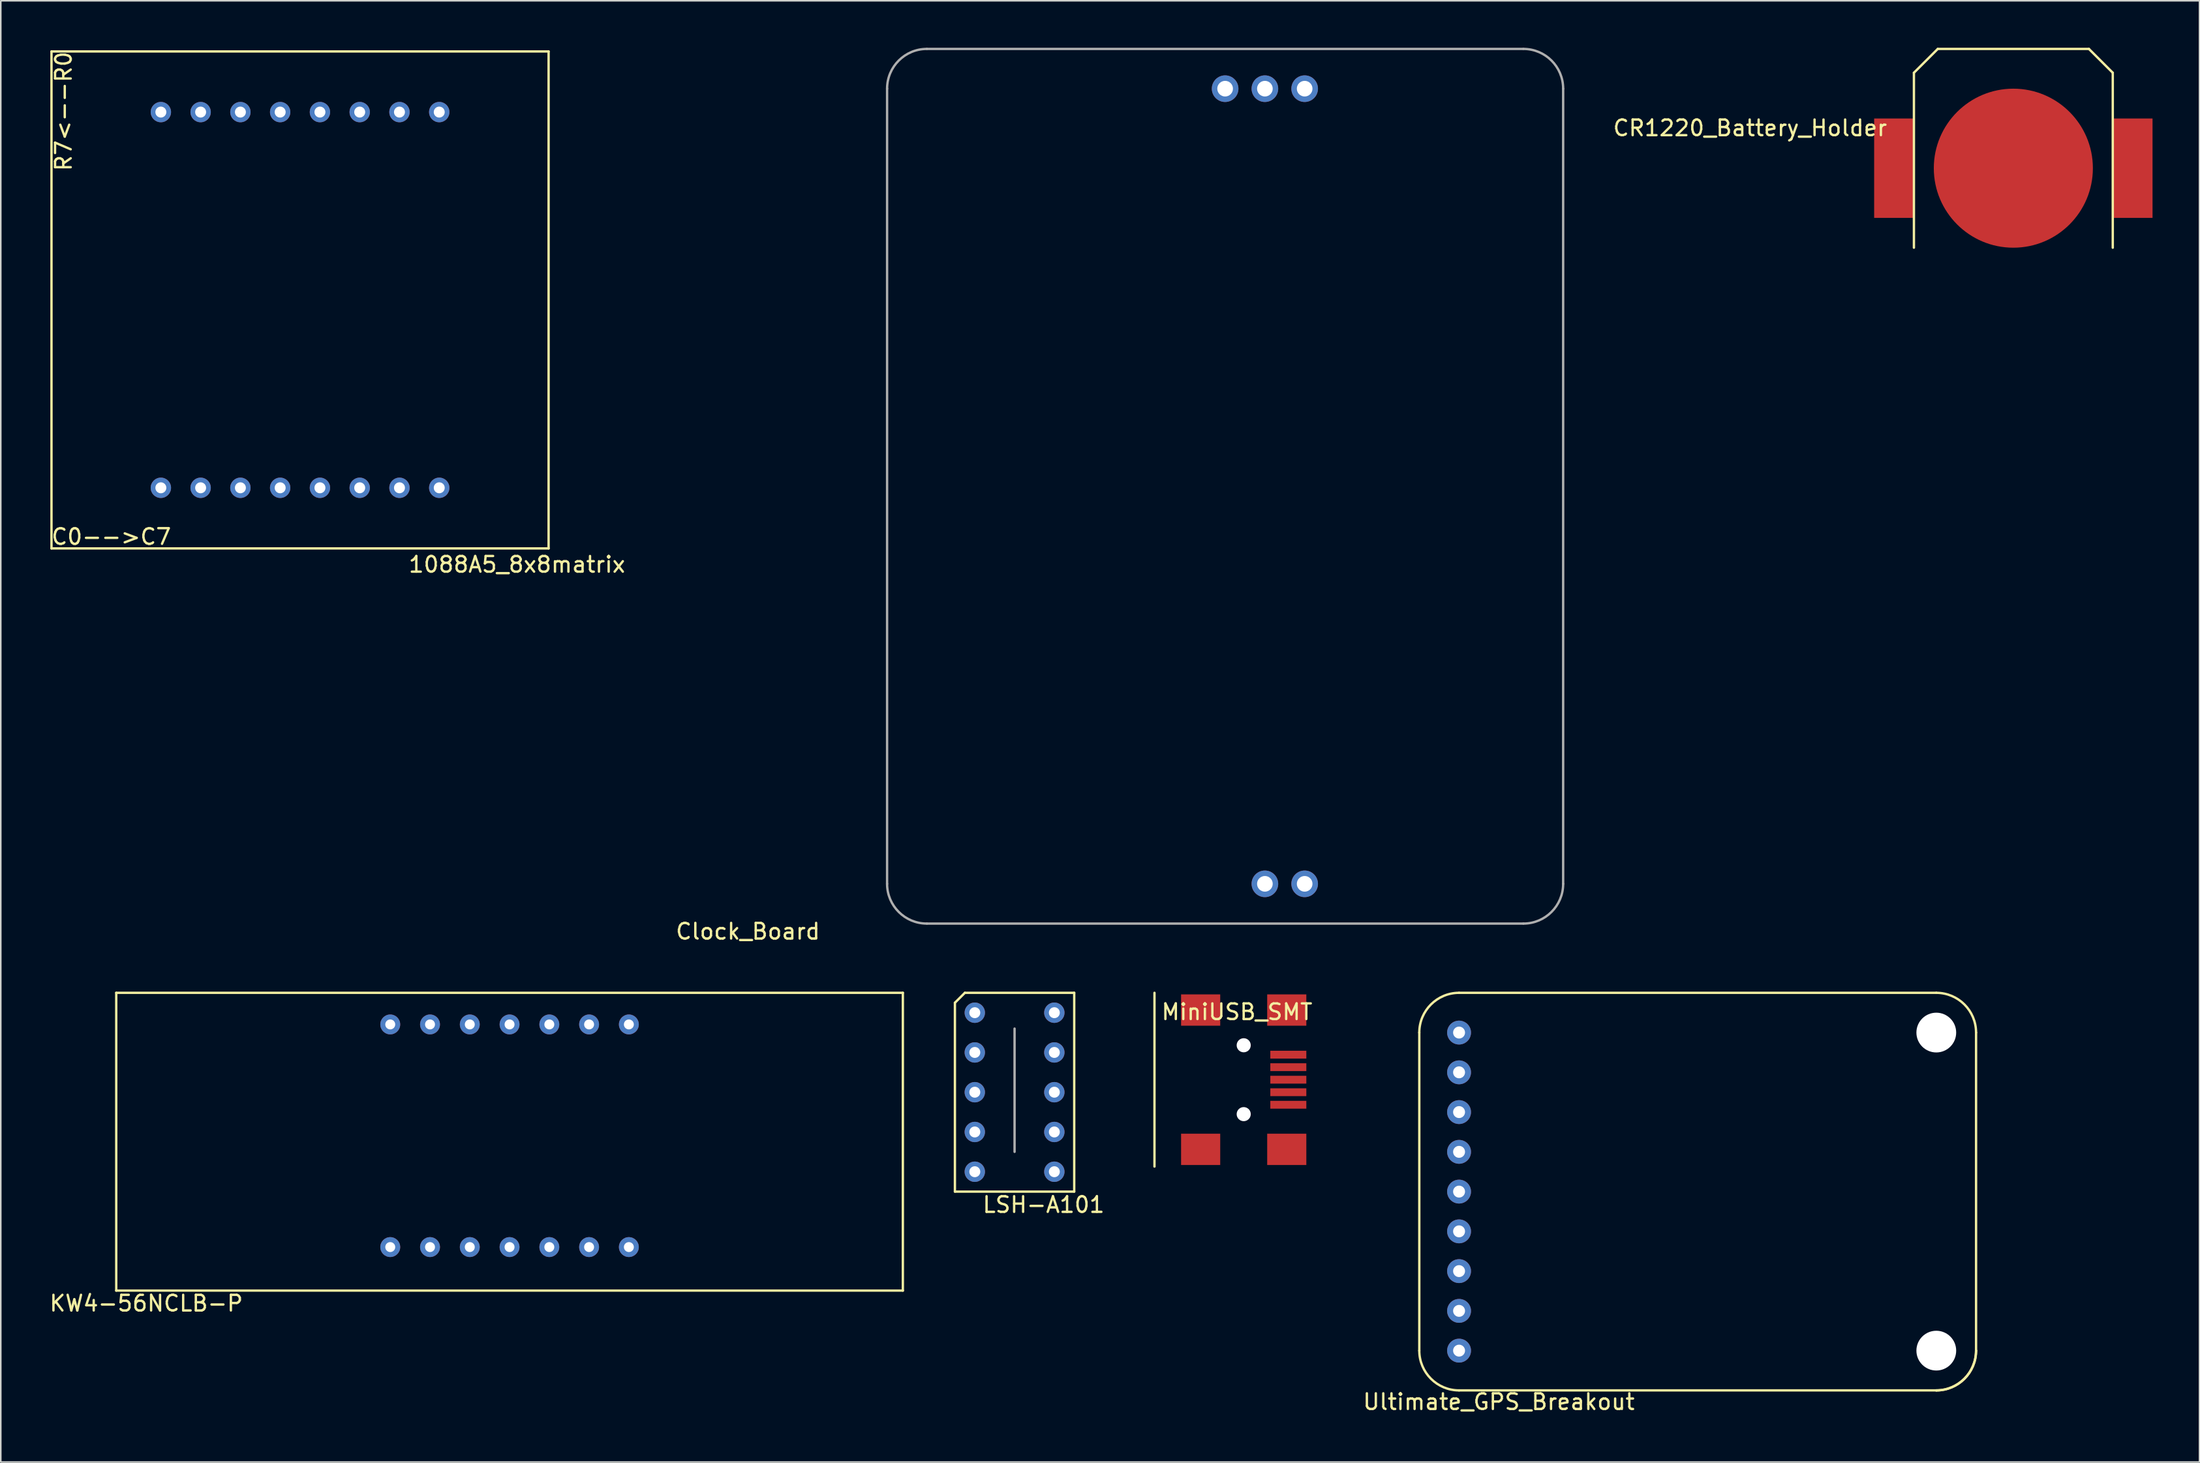
<source format=kicad_pcb>
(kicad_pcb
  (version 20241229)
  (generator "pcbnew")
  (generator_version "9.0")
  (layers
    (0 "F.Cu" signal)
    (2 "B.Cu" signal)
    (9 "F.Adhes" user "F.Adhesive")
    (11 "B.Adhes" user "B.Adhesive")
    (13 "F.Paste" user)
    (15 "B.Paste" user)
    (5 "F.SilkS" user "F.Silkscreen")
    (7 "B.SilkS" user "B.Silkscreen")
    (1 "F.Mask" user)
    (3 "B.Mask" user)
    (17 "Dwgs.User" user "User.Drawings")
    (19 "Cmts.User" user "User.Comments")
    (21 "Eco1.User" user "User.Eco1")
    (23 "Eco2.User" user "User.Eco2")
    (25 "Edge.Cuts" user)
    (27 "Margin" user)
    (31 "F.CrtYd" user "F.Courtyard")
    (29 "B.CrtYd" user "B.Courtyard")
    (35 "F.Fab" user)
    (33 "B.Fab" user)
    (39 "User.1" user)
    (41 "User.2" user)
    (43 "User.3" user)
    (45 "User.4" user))
  (footprint "MiniUSB_SMT"
    (layer "F.Cu")
    (at 76.386 65.928)
    (property "Reference" "MiniUSB_SMT" (at -0.432 -4.33 0) (layer "F.SilkS") (effects (font (size 1 1) (thickness 0.15))))
    (attr through_hole)
    (fp_line (start -5.7 5.55) (end -5.7 -5.55) (stroke (width 0.15) (type solid)) (layer "F.SilkS"))
    (pad "" smd rect (at -2.751 -4.449) (size 2.5 2) (layers "F.Cu" "F.Mask" "F.Paste"))
    (pad "" smd rect (at -2.751 4.451) (size 2.5 2) (layers "F.Cu" "F.Mask" "F.Paste"))
    (pad "" np_thru_hole circle (at -0.001 -2.199) (size 0.9 0.9) (drill 0.9) (layers "*.Cu" "*.Mask"))
    (pad "" np_thru_hole circle (at -0.001 2.201) (size 0.9 0.9) (drill 0.9) (layers "*.Cu" "*.Mask"))
    (pad "" smd rect (at 2.749 -4.449) (size 2.5 2) (layers "F.Cu" "F.Mask" "F.Paste"))
    (pad "" smd rect (at 2.749 4.451) (size 2.5 2) (layers "F.Cu" "F.Mask" "F.Paste"))
    (pad "1" smd rect (at 2.849 -1.599) (size 2.3 0.5) (layers "F.Cu" "F.Mask" "F.Paste"))
    (pad "2" smd rect (at 2.849 -0.799) (size 2.3 0.5) (layers "F.Cu" "F.Mask" "F.Paste"))
    (pad "3" smd rect (at 2.849 0.001) (size 2.3 0.5) (layers "F.Cu" "F.Mask" "F.Paste"))
    (pad "4" smd rect (at 2.849 0.801) (size 2.3 0.5) (layers "F.Cu" "F.Mask" "F.Paste"))
    (pad "5" smd rect (at 2.849 1.601) (size 2.3 0.5) (layers "F.Cu" "F.Mask" "F.Paste")))
  (footprint "1088A5_8x8matrix"
    (layer "F.Cu")
    (at 0.25 0.25)
    (property "Reference" "1088A5_8x8matrix" (at 29.718 32.766 180) (layer "F.SilkS") (effects (font (size 1 1) (thickness 0.15))))
    (attr through_hole)
    (fp_line (start -0.011 31.737) (end -0.011 -0.013) (stroke (width 0.15) (type solid)) (layer "F.SilkS"))
    (fp_line (start 31.739 -0.013) (end -0.011 -0.013) (stroke (width 0.15) (type solid)) (layer "F.SilkS"))
    (fp_line (start 31.739 31.737) (end -0.011 31.737) (stroke (width 0.15) (type solid)) (layer "F.SilkS"))
    (fp_line (start 31.739 31.737) (end 31.739 -0.013) (stroke (width 0.15) (type solid)) (layer "F.SilkS"))
    (fp_text user "C0-->C7" (at 3.81 30.988 180) (layer "F.SilkS") (effects (font (size 1 1) (thickness 0.15))))
    (fp_text user "R7<--R0" (at 0.762 3.81 90) (layer "F.SilkS") (effects (font (size 1 1) (thickness 0.15))))
    (pad "1" thru_hole circle (at 24.754 27.864 180) (size 1.3 1.3) (drill 0.7) (layers "*.Cu" "*.Mask"))
    (pad "2" thru_hole circle (at 22.214 27.864 180) (size 1.3 1.3) (drill 0.7) (layers "*.Cu" "*.Mask"))
    (pad "3" thru_hole circle (at 19.674 27.864 180) (size 1.3 1.3) (drill 0.7) (layers "*.Cu" "*.Mask"))
    (pad "4" thru_hole circle (at 17.134 27.864 180) (size 1.3 1.3) (drill 0.7) (layers "*.Cu" "*.Mask"))
    (pad "5" thru_hole circle (at 14.594 27.864 180) (size 1.3 1.3) (drill 0.7) (layers "*.Cu" "*.Mask"))
    (pad "6" thru_hole circle (at 12.054 27.864 180) (size 1.3 1.3) (drill 0.7) (layers "*.Cu" "*.Mask"))
    (pad "7" thru_hole circle (at 9.514 27.864 180) (size 1.3 1.3) (drill 0.7) (layers "*.Cu" "*.Mask"))
    (pad "8" thru_hole circle (at 6.974 27.864 180) (size 1.3 1.3) (drill 0.7) (layers "*.Cu" "*.Mask"))
    (pad "9" thru_hole circle (at 24.754 3.861 180) (size 1.3 1.3) (drill 0.7) (layers "*.Cu" "*.Mask"))
    (pad "10" thru_hole circle (at 22.214 3.861 180) (size 1.3 1.3) (drill 0.7) (layers "*.Cu" "*.Mask"))
    (pad "11" thru_hole circle (at 19.674 3.861 180) (size 1.3 1.3) (drill 0.7) (layers "*.Cu" "*.Mask"))
    (pad "12" thru_hole circle (at 17.134 3.861 180) (size 1.3 1.3) (drill 0.7) (layers "*.Cu" "*.Mask"))
    (pad "13" thru_hole circle (at 14.594 3.861 180) (size 1.3 1.3) (drill 0.7) (layers "*.Cu" "*.Mask"))
    (pad "14" thru_hole circle (at 12.054 3.861 180) (size 1.3 1.3) (drill 0.7) (layers "*.Cu" "*.Mask"))
    (pad "15" thru_hole circle (at 9.514 3.861 180) (size 1.3 1.3) (drill 0.7) (layers "*.Cu" "*.Mask"))
    (pad "16" thru_hole circle (at 6.974 3.861 180) (size 1.3 1.3) (drill 0.7) (layers "*.Cu" "*.Mask")))
  (footprint "Clock_Board"
    (layer "F.Cu")
    (at 53.608 55.955)
    (property "Reference" "Clock_Board" (at -8.89 0.5 0) (layer "F.SilkS") (effects (font (size 1 1) (thickness 0.15))))
    (attr through_hole)
    (fp_line (start 0 -53.34) (end 0 -2.54) (stroke (width 0.15) (type solid)) (layer "F.Fab"))
    (fp_line (start 2.54 0) (end 40.64 0) (stroke (width 0.15) (type solid)) (layer "F.Fab"))
    (fp_line (start 40.64 -55.88) (end 2.54 -55.88) (stroke (width 0.15) (type solid)) (layer "F.Fab"))
    (fp_line (start 43.18 -2.54) (end 43.18 -53.34) (stroke (width 0.15) (type solid)) (layer "F.Fab"))
    (fp_arc (start 0 -53.34) (mid 0.743949 -55.136051) (end 2.54 -55.88) (stroke (width 0.15) (type solid)) (layer "F.Fab"))
    (fp_arc (start 2.54 0) (mid 0.743949 -0.743949) (end 0 -2.54) (stroke (width 0.15) (type solid)) (layer "F.Fab"))
    (fp_arc (start 40.64 -55.88) (mid 42.436051 -55.136051) (end 43.18 -53.34) (stroke (width 0.15) (type solid)) (layer "F.Fab"))
    (fp_arc (start 43.18 -2.54) (mid 42.436051 -0.743949) (end 40.64 0) (stroke (width 0.15) (type solid)) (layer "F.Fab"))
    (pad "CLK" thru_hole circle (at 26.67 -53.34) (size 1.7 1.7) (drill 1) (layers "*.Cu" "*.Mask"))
    (pad "CS" thru_hole circle (at 24.13 -53.34) (size 1.7 1.7) (drill 1) (layers "*.Cu" "*.Mask"))
    (pad "DIN" thru_hole circle (at 21.59 -53.34) (size 1.7 1.7) (drill 1) (layers "*.Cu" "*.Mask"))
    (pad "GND" thru_hole circle (at 24.13 -2.54) (size 1.7 1.7) (drill 1) (layers "*.Cu" "*.Mask"))
    (pad "VCC" thru_hole circle (at 26.67 -2.54) (size 1.7 1.7) (drill 1) (layers "*.Cu" "*.Mask")))
  (footprint "KW4-56NCLB-P"
    (layer "F.Cu")
    (at 4.374 79.403)
    (property "Reference" "KW4-56NCLB-P" (at 1.918 0.813 0) (layer "F.SilkS") (effects (font (size 1 1) (thickness 0.15))))
    (attr through_hole)
    (fp_line (start 0 -19.025) (end 0 0) (stroke (width 0.15) (type solid)) (layer "F.SilkS"))
    (fp_line (start 0 0) (end 50.241 0) (stroke (width 0.15) (type solid)) (layer "F.SilkS"))
    (fp_line (start 50.241 -19.025) (end 0 -19.025) (stroke (width 0.15) (type solid)) (layer "F.SilkS"))
    (fp_line (start 50.241 0) (end 50.241 -19.025) (stroke (width 0.15) (type solid)) (layer "F.SilkS"))
    (pad "1" thru_hole circle (at 17.501 -2.781) (size 1.27 1.27) (drill 0.635) (layers "*.Cu" "*.Mask"))
    (pad "2" thru_hole circle (at 20.041 -2.781) (size 1.27 1.27) (drill 0.635) (layers "*.Cu" "*.Mask"))
    (pad "3" thru_hole circle (at 22.581 -2.781) (size 1.27 1.27) (drill 0.635) (layers "*.Cu" "*.Mask"))
    (pad "4" thru_hole circle (at 25.121 -2.781) (size 1.27 1.27) (drill 0.635) (layers "*.Cu" "*.Mask"))
    (pad "5" thru_hole circle (at 27.661 -2.781) (size 1.27 1.27) (drill 0.635) (layers "*.Cu" "*.Mask"))
    (pad "6" thru_hole circle (at 30.201 -2.781) (size 1.27 1.27) (drill 0.635) (layers "*.Cu" "*.Mask"))
    (pad "7" thru_hole circle (at 32.741 -2.781) (size 1.27 1.27) (drill 0.635) (layers "*.Cu" "*.Mask"))
    (pad "8" thru_hole circle (at 32.741 -17.005) (size 1.27 1.27) (drill 0.635) (layers "*.Cu" "*.Mask"))
    (pad "9" thru_hole circle (at 30.201 -17.005) (size 1.27 1.27) (drill 0.635) (layers "*.Cu" "*.Mask"))
    (pad "10" thru_hole circle (at 27.661 -17.005) (size 1.27 1.27) (drill 0.635) (layers "*.Cu" "*.Mask"))
    (pad "11" thru_hole circle (at 25.121 -17.005) (size 1.27 1.27) (drill 0.635) (layers "*.Cu" "*.Mask"))
    (pad "12" thru_hole circle (at 22.581 -17.005) (size 1.27 1.27) (drill 0.635) (layers "*.Cu" "*.Mask"))
    (pad "13" thru_hole circle (at 20.041 -17.005) (size 1.27 1.27) (drill 0.635) (layers "*.Cu" "*.Mask"))
    (pad "14" thru_hole circle (at 17.501 -17.005) (size 1.27 1.27) (drill 0.635) (layers "*.Cu" "*.Mask")))
  (footprint "LSH-A101"
    (layer "F.Cu")
    (at 57.94 73.078)
    (property "Reference" "LSH-A101" (at 5.664 0.838 0) (layer "F.SilkS") (effects (font (size 1 1) (thickness 0.15))))
    (attr through_hole)
    (fp_line (start 0 -12.065) (end 0 0) (stroke (width 0.15) (type solid)) (layer "F.SilkS"))
    (fp_line (start 0 -12.065) (end 0.635 -12.7) (stroke (width 0.15) (type solid)) (layer "F.SilkS"))
    (fp_line (start 0 0) (end 7.62 0) (stroke (width 0.15) (type solid)) (layer "F.SilkS"))
    (fp_line (start 0.635 -12.7) (end 7.62 -12.7) (stroke (width 0.15) (type solid)) (layer "F.SilkS"))
    (fp_line (start 7.62 0) (end 7.62 -12.7) (stroke (width 0.15) (type solid)) (layer "F.SilkS"))
    (fp_line (start 3.81 -2.54) (end 3.81 -10.414) (stroke (width 0.15) (type solid)) (layer "F.Fab"))
    (pad "1" thru_hole circle (at 1.27 -11.43) (size 1.3 1.3) (drill 0.7) (layers "*.Cu" "*.Mask"))
    (pad "2" thru_hole circle (at 1.27 -8.89) (size 1.3 1.3) (drill 0.7) (layers "*.Cu" "*.Mask"))
    (pad "3" thru_hole circle (at 1.27 -6.35) (size 1.3 1.3) (drill 0.7) (layers "*.Cu" "*.Mask"))
    (pad "4" thru_hole circle (at 1.27 -3.81) (size 1.3 1.3) (drill 0.7) (layers "*.Cu" "*.Mask"))
    (pad "5" thru_hole circle (at 1.27 -1.27) (size 1.3 1.3) (drill 0.7) (layers "*.Cu" "*.Mask"))
    (pad "6" thru_hole circle (at 6.35 -1.27) (size 1.3 1.3) (drill 0.7) (layers "*.Cu" "*.Mask"))
    (pad "7" thru_hole circle (at 6.35 -3.81) (size 1.3 1.3) (drill 0.7) (layers "*.Cu" "*.Mask"))
    (pad "8" thru_hole circle (at 6.35 -6.35) (size 1.3 1.3) (drill 0.7) (layers "*.Cu" "*.Mask"))
    (pad "9" thru_hole circle (at 6.35 -8.89) (size 1.3 1.3) (drill 0.7) (layers "*.Cu" "*.Mask"))
    (pad "10" thru_hole circle (at 6.35 -11.43) (size 1.3 1.3) (drill 0.7) (layers "*.Cu" "*.Mask")))
  (footprint "Ultimate_GPS_Breakout"
    (layer "F.Cu")
    (at 90.14 83.232)
    (property "Reference" "Ultimate_GPS_Breakout" (at 2.54 3.277 180) (layer "F.SilkS") (effects (font (size 1 1) (thickness 0.15))))
    (attr through_hole)
    (fp_line (start -2.54 0.006) (end -2.54 -20.314) (stroke (width 0.15) (type solid)) (layer "F.SilkS"))
    (fp_line (start -0.000299 -22.854) (end 30.48 -22.854) (stroke (width 0.15) (type solid)) (layer "F.SilkS"))
    (fp_line (start -0.000299 2.546) (end 30.48 2.546) (stroke (width 0.15) (type solid)) (layer "F.SilkS"))
    (fp_line (start 33.02 -20.314) (end 33.02 0.006) (stroke (width 0.15) (type solid)) (layer "F.SilkS"))
    (fp_arc (start -2.540299 -20.314103) (mid -1.79635 -22.110154) (end -0.000299 -22.854103) (stroke (width 0.15) (type solid)) (layer "F.SilkS"))
    (fp_arc (start -0.000299 2.545897) (mid -1.79635 1.801948) (end -2.540299 0.005897) (stroke (width 0.15) (type solid)) (layer "F.SilkS"))
    (fp_arc (start 30.479701 -22.854103) (mid 32.275752 -22.110154) (end 33.019701 -20.314103) (stroke (width 0.15) (type solid)) (layer "F.SilkS"))
    (fp_arc (start 33.019701 0.005897) (mid 32.275752 1.801948) (end 30.479701 2.545897) (stroke (width 0.15) (type solid)) (layer "F.SilkS"))
    (fp_arc (start 33.019701 0.005897) (mid 32.275752 1.801948) (end 30.479701 2.545897) (stroke (width 0.15) (type solid)) (layer "F.SilkS"))
    (pad "" np_thru_hole circle (at 30.48 -20.314 180) (size 2.54 2.54) (drill 2.54) (layers "*.Cu" "*.Mask"))
    (pad "" np_thru_hole circle (at 30.48 0.006 180) (size 2.54 2.54) (drill 2.54) (layers "*.Cu" "*.Mask"))
    (pad "1" thru_hole circle (at -0.000299 -20.314) (size 1.524 1.524) (drill 0.762) (layers "*.Cu" "*.Mask"))
    (pad "2" thru_hole circle (at -0.000299 -17.774) (size 1.524 1.524) (drill 0.762) (layers "*.Cu" "*.Mask"))
    (pad "3" thru_hole circle (at -0.000299 -15.234) (size 1.524 1.524) (drill 0.762) (layers "*.Cu" "*.Mask"))
    (pad "4" thru_hole circle (at -0.000299 -12.694) (size 1.524 1.524) (drill 0.762) (layers "*.Cu" "*.Mask"))
    (pad "5" thru_hole circle (at -0.000299 -10.154) (size 1.524 1.524) (drill 0.762) (layers "*.Cu" "*.Mask"))
    (pad "6" thru_hole circle (at -0.000299 -7.614) (size 1.524 1.524) (drill 0.762) (layers "*.Cu" "*.Mask"))
    (pad "7" thru_hole circle (at -0.000299 -5.074) (size 1.524 1.524) (drill 0.762) (layers "*.Cu" "*.Mask"))
    (pad "8" thru_hole circle (at -0.000299 -2.534) (size 1.524 1.524) (drill 0.762) (layers "*.Cu" "*.Mask"))
    (pad "9" thru_hole circle (at -0.000299 0.006) (size 1.524 1.524) (drill 0.762) (layers "*.Cu" "*.Mask")))
  (footprint "CR1220_Battery_Holder"
    (layer "F.Cu")
    (at 117.921 7.695)
    (property "Reference" "CR1220_Battery_Holder" (at -9.195 -2.565 0) (layer "F.SilkS") (effects (font (size 1 1) (thickness 0.15))))
    (attr through_hole)
    (fp_line (start 1.27 -6.096) (end 2.794 -7.62) (stroke (width 0.15) (type solid)) (layer "F.SilkS"))
    (fp_line (start 1.27 5.08) (end 1.27 -6.096) (stroke (width 0.15) (type solid)) (layer "F.SilkS"))
    (fp_line (start 12.446 -7.62) (end 2.794 -7.62) (stroke (width 0.15) (type solid)) (layer "F.SilkS"))
    (fp_line (start 13.97 -6.096) (end 12.446 -7.62) (stroke (width 0.15) (type solid)) (layer "F.SilkS"))
    (fp_line (start 13.97 5.08) (end 13.97 -6.096) (stroke (width 0.15) (type solid)) (layer "F.SilkS"))
    (pad "1" smd rect (at 0 0) (size 2.54 6.35) (layers "F.Cu" "F.Mask" "F.Paste"))
    (pad "1" smd rect (at 15.24 0) (size 2.54 6.35) (layers "F.Cu" "F.Mask" "F.Paste"))
    (pad "2" smd circle (at 7.62 0) (size 10.16 10.16) (layers "F.Cu" "F.Mask" "F.Paste")))
  (gr_rect
    (start -3 -3)
    (end 137.431 90.357)
    (stroke (width 0.1) (type default))
    (fill no)
    (layer "Edge.Cuts")))
</source>
